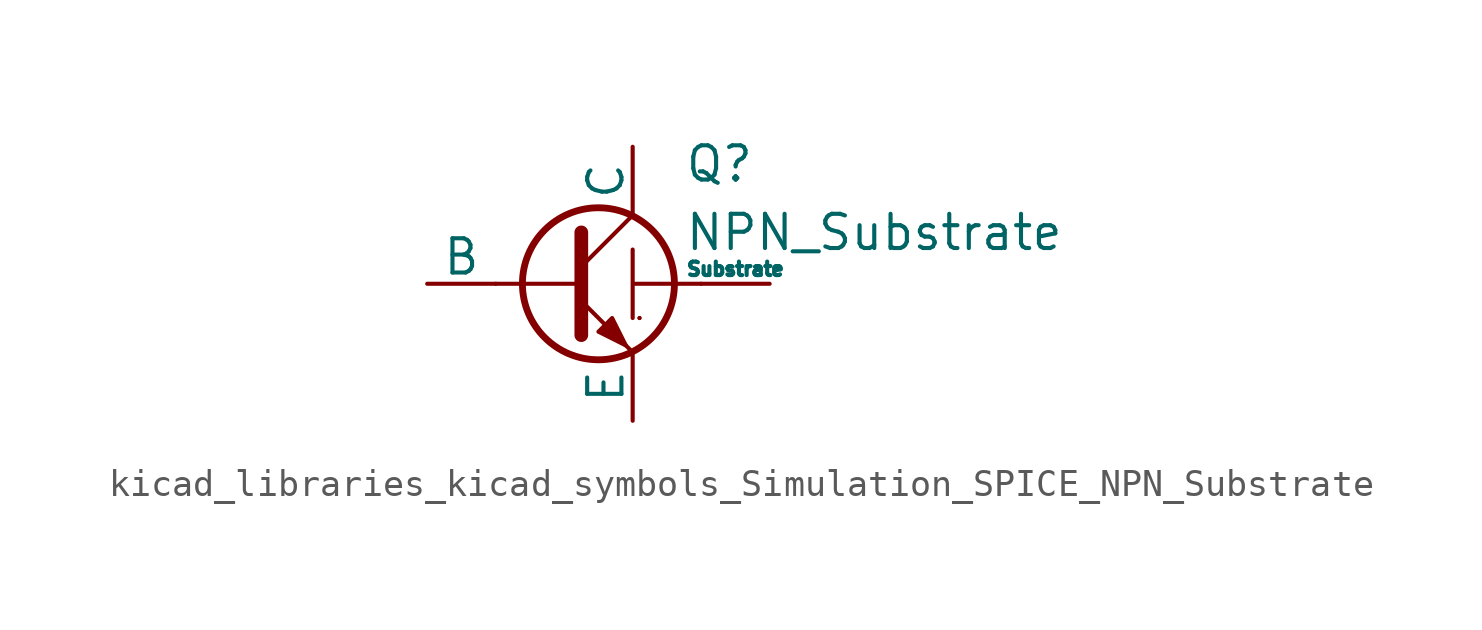
<source format=kicad_sym>
(kicad_symbol_lib
  (version 20220914)
  (generator kicad_symbol_editor)
  (symbol "kicad_libraries_kicad_symbols_Simulation_SPICE_NPN_Substrate"
    (pin_numbers hide)
    (pin_names
      (offset 0))
    (property "Reference" "Q"
      (at 4.445 4.445 0)
      (effects (font (size 1.27 1.27)) (justify left)))
    (property "Value" "NPN_Substrate"
      (at 4.445 1.905 0)
      (effects (font (size 1.27 1.27)) (justify left)))
    (symbol "kicad_libraries_kicad_symbols_Simulation_SPICE_NPN_Substrate_0_1"
      (polyline (pts (xy -2.54 0) (xy 0.635 0)) (stroke (width 0.152) (type default)) (fill (type none)))
      (polyline (pts (xy 0.635 0.635) (xy 2.54 2.54)) (stroke (width 0) (type default)) (fill (type none)))
      (polyline (pts (xy 2.794 -1.27) (xy 2.794 -1.27)) (stroke (width 0.152) (type default)) (fill (type none)))
      (polyline (pts (xy 2.794 -1.27) (xy 2.794 -1.27)) (stroke (width 0.152) (type default)) (fill (type none)))
      (polyline (pts (xy 0.635 -0.635) (xy 2.54 -2.54) (xy 2.54 -2.54)) (stroke (width 0) (type default)) (fill (type none)))
      (polyline (pts (xy 0.635 1.905) (xy 0.635 -1.905) (xy 0.635 -1.905)) (stroke (width 0.508) (type default)) (fill (type none)))
      (polyline (pts (xy 2.54 1.27) (xy 2.54 -1.27) (xy 2.54 0) (xy 5.08 0)) (stroke (width 0.152) (type default)) (fill (type none)))
      (polyline (pts (xy 1.27 -1.778) (xy 1.778 -1.27) (xy 2.286 -2.286) (xy 1.27 -1.778) (xy 1.27 -1.778)) (stroke (width 0) (type default)) (fill (type outline)))
      (circle (center 1.27 0) (radius 2.819) (stroke (width 0.254) (type default)) (fill (type none))))
    (symbol "kicad_libraries_kicad_symbols_Simulation_SPICE_NPN_Substrate_1_1"
      (pin open_collector line (at 2.54 5.08 270) (length 2.54) (name "C" (effects (font (size 1.27 1.27)))) (number "1" (effects (font (size 1.27 1.27)))))
      (pin input line (at -5.08 0 0) (length 2.54) (name "B" (effects (font (size 1.27 1.27)))) (number "2" (effects (font (size 1.27 1.27)))))
      (pin open_emitter line (at 2.54 -5.08 90) (length 2.54) (name "E" (effects (font (size 1.27 1.27)))) (number "3" (effects (font (size 1.27 1.27)))))
      (pin passive line (at 7.62 0 180) (length 2.54) (name "Substrate" (effects (font (size 0.5 0.5)))) (number "4" (effects (font (size 1.27 1.27))))))))
</source>
